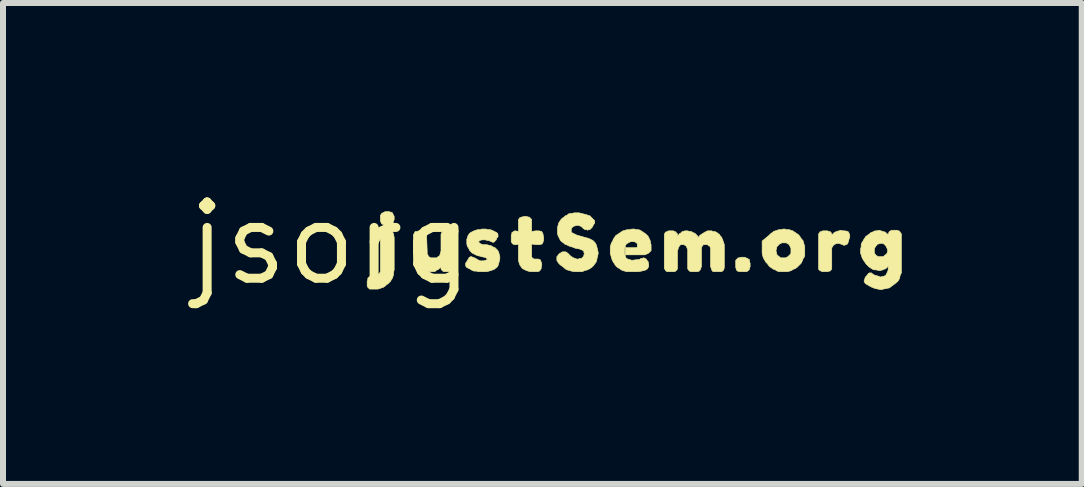
<source format=kicad_pcb>
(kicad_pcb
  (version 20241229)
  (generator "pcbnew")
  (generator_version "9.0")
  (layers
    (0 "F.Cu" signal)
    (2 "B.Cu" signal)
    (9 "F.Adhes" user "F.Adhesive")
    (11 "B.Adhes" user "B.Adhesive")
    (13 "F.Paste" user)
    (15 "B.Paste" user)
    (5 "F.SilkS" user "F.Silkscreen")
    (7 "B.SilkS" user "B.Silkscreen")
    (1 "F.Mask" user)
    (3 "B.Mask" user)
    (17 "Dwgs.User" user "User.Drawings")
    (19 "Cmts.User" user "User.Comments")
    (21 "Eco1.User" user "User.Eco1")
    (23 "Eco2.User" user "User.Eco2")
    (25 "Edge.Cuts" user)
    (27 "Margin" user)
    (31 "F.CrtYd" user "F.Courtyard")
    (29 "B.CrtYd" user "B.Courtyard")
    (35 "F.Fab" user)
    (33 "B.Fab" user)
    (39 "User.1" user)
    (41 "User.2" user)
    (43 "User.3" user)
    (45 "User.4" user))
  (footprint "jsorg"
    (layer "F.Cu")
    (at 2.457 1.006)
    (property "Reference" "jsorg" (at 0 0 0) (layer "F.SilkS") (effects (font (size 1.27 1.27) (thickness 0.15))))
    (attr board_only exclude_from_pos_files exclude_from_bom)
    (fp_poly (pts (xy 0.98 -0.3) (xy 1.01 -0.31) (xy 1.03 -0.32) (xy 1.04 -0.34) (xy 1.05 -0.37) (xy 1.06 -0.4) (xy 1.06 -0.45) (xy 1.05 -0.47) (xy 1.04 -0.49) (xy 1.03 -0.51) (xy 1.02 -0.52) (xy 1 -0.52) (xy 0.98 -0.53) (xy 0.94 -0.53) (xy 0.91 -0.53) (xy 0.89 -0.52) (xy 0.87 -0.51) (xy 0.85 -0.5) (xy 0.84 -0.48) (xy 0.83 -0.47) (xy 0.83 -0.37) (xy 0.84 -0.36) (xy 0.84 -0.35) (xy 0.85 -0.33) (xy 0.86 -0.32) (xy 0.87 -0.32) (xy 0.89 -0.31) (xy 0.92 -0.31) (xy 0.98 -0.3)) (stroke (width 0.01) (type solid)) (fill yes) (layer "F.SilkS"))
    (fp_poly (pts (xy 6.96 0.26) (xy 6.95 0.25) (xy 6.92 0.24) (xy 6.9 0.23) (xy 6.86 0.23) (xy 6.83 0.23) (xy 6.81 0.24) (xy 6.79 0.24) (xy 6.77 0.26) (xy 6.76 0.27) (xy 6.75 0.28) (xy 6.75 0.3) (xy 6.75 0.31) (xy 6.75 0.37) (xy 6.75 0.4) (xy 6.76 0.43) (xy 6.76 0.44) (xy 6.77 0.45) (xy 6.78 0.46) (xy 6.81 0.47) (xy 6.83 0.47) (xy 6.87 0.47) (xy 6.9 0.47) (xy 6.93 0.47) (xy 6.95 0.46) (xy 6.96 0.45) (xy 6.98 0.43) (xy 6.98 0.41) (xy 6.99 0.39) (xy 6.99 0.36) (xy 6.99 0.33) (xy 6.98 0.3) (xy 6.98 0.27) (xy 6.96 0.26)) (stroke (width 0.01) (type solid)) (fill yes) (layer "F.SilkS"))
    (fp_poly (pts (xy 0.9 -0.22) (xy 0.87 -0.2) (xy 0.85 -0.19) (xy 0.84 -0.17) (xy 0.83 -0.14) (xy 0.83 -0.11) (xy 0.83 0.43) (xy 0.83 0.47) (xy 0.82 0.49) (xy 0.81 0.5) (xy 0.8 0.51) (xy 0.79 0.52) (xy 0.77 0.53) (xy 0.74 0.54) (xy 0.73 0.54) (xy 0.69 0.54) (xy 0.66 0.55) (xy 0.65 0.55) (xy 0.64 0.56) (xy 0.63 0.57) (xy 0.62 0.58) (xy 0.62 0.6) (xy 0.61 0.63) (xy 0.61 0.67) (xy 0.61 0.71) (xy 0.62 0.73) (xy 0.63 0.74) (xy 0.65 0.76) (xy 0.66 0.76) (xy 0.74 0.76) (xy 0.77 0.76) (xy 0.79 0.76) (xy 0.82 0.75) (xy 0.85 0.74) (xy 0.88 0.73) (xy 0.91 0.71) (xy 0.93 0.69) (xy 0.96 0.67) (xy 0.98 0.65) (xy 1 0.63) (xy 1.01 0.61) (xy 1.03 0.58) (xy 1.04 0.55) (xy 1.05 0.52) (xy 1.05 0.48) (xy 1.06 0.44) (xy 1.06 -0.1) (xy 1.05 -0.15) (xy 1.05 -0.16) (xy 1.04 -0.18) (xy 1.03 -0.2) (xy 1.01 -0.21) (xy 0.99 -0.21) (xy 0.97 -0.22) (xy 0.9 -0.22)) (stroke (width 0.01) (type solid)) (fill yes) (layer "F.SilkS"))
    (fp_poly (pts (xy 8.62 -0.2) (xy 8.57 -0.21) (xy 8.54 -0.21) (xy 8.5 -0.22) (xy 8.47 -0.21) (xy 8.43 -0.2) (xy 8.39 -0.18) (xy 8.37 -0.16) (xy 8.35 -0.14) (xy 8.35 -0.16) (xy 8.34 -0.18) (xy 8.32 -0.2) (xy 8.3 -0.2) (xy 8.28 -0.21) (xy 8.25 -0.21) (xy 8.2 -0.21) (xy 8.18 -0.2) (xy 8.17 -0.2) (xy 8.15 -0.19) (xy 8.15 -0.18) (xy 8.13 -0.16) (xy 8.13 -0.14) (xy 8.13 0.39) (xy 8.13 0.41) (xy 8.13 0.43) (xy 8.14 0.44) (xy 8.15 0.45) (xy 8.17 0.46) (xy 8.19 0.47) (xy 8.22 0.47) (xy 8.26 0.47) (xy 8.28 0.47) (xy 8.31 0.46) (xy 8.32 0.46) (xy 8.34 0.44) (xy 8.35 0.42) (xy 8.35 0.41) (xy 8.35 0.09) (xy 8.35 0.07) (xy 8.36 0.06) (xy 8.37 0.04) (xy 8.39 0.02) (xy 8.41 0.01) (xy 8.43 0) (xy 8.45 0) (xy 8.48 0) (xy 8.5 0.01) (xy 8.53 0.02) (xy 8.55 0.03) (xy 8.57 0.03) (xy 8.58 0.02) (xy 8.59 0.02) (xy 8.61 0.01) (xy 8.62 -0.01) (xy 8.63 -0.04) (xy 8.64 -0.08) (xy 8.65 -0.11) (xy 8.65 -0.14) (xy 8.64 -0.16) (xy 8.64 -0.17) (xy 8.62 -0.2)) (stroke (width 0.01) (type solid)) (fill yes) (layer "F.SilkS"))
    (fp_poly (pts (xy 3.43 0.02) (xy 3.48 0.02) (xy 3.52 0.01) (xy 3.53 0) (xy 3.54 -0.02) (xy 3.54 -0.03) (xy 3.55 -0.05) (xy 3.55 -0.1) (xy 3.54 -0.15) (xy 3.54 -0.16) (xy 3.53 -0.18) (xy 3.52 -0.19) (xy 3.52 -0.2) (xy 3.47 -0.21) (xy 3.42 -0.21) (xy 3.35 -0.2) (xy 3.35 -0.34) (xy 3.35 -0.38) (xy 3.35 -0.4) (xy 3.34 -0.41) (xy 3.33 -0.42) (xy 3.32 -0.43) (xy 3.31 -0.44) (xy 3.29 -0.44) (xy 3.27 -0.45) (xy 3.25 -0.45) (xy 3.22 -0.45) (xy 3.19 -0.44) (xy 3.18 -0.44) (xy 3.16 -0.43) (xy 3.15 -0.43) (xy 3.15 -0.42) (xy 3.13 -0.4) (xy 3.13 -0.38) (xy 3.13 -0.2) (xy 3.08 -0.21) (xy 3.07 -0.21) (xy 3.05 -0.2) (xy 3.02 -0.18) (xy 3.02 -0.16) (xy 3.01 -0.14) (xy 3.01 -0.09) (xy 3.01 -0.05) (xy 3.01 -0.03) (xy 3.02 -0.01) (xy 3.03 0) (xy 3.04 0.01) (xy 3.06 0.02) (xy 3.07 0.02) (xy 3.1 0.02) (xy 3.13 0.01) (xy 3.13 0.23) (xy 3.13 0.28) (xy 3.14 0.32) (xy 3.15 0.35) (xy 3.16 0.37) (xy 3.17 0.38) (xy 3.18 0.4) (xy 3.2 0.42) (xy 3.22 0.43) (xy 3.24 0.44) (xy 3.26 0.45) (xy 3.29 0.46) (xy 3.33 0.47) (xy 3.38 0.47) (xy 3.42 0.47) (xy 3.45 0.47) (xy 3.48 0.46) (xy 3.49 0.45) (xy 3.5 0.43) (xy 3.51 0.42) (xy 3.51 0.4) (xy 3.52 0.35) (xy 3.51 0.31) (xy 3.5 0.29) (xy 3.5 0.28) (xy 3.49 0.27) (xy 3.46 0.26) (xy 3.43 0.26) (xy 3.39 0.26) (xy 3.38 0.25) (xy 3.37 0.25) (xy 3.36 0.24) (xy 3.35 0.22) (xy 3.35 0.2) (xy 3.35 0.01) (xy 3.43 0.02)) (stroke (width 0.01) (type solid)) (fill yes) (layer "F.SilkS"))
    (fp_poly (pts (xy 1.69 0.47) (xy 1.71 0.47) (xy 1.73 0.47) (xy 1.75 0.46) (xy 1.76 0.45) (xy 1.8 0.43) (xy 1.82 0.41) (xy 1.83 0.4) (xy 1.84 0.39) (xy 1.84 0.42) (xy 1.84 0.43) (xy 1.85 0.44) (xy 1.86 0.45) (xy 1.87 0.46) (xy 1.89 0.47) (xy 1.92 0.47) (xy 1.94 0.47) (xy 1.97 0.47) (xy 2 0.47) (xy 2.02 0.47) (xy 2.03 0.46) (xy 2.04 0.45) (xy 2.05 0.44) (xy 2.06 0.4) (xy 2.07 0.37) (xy 2.07 -0.11) (xy 2.06 -0.14) (xy 2.05 -0.18) (xy 2.04 -0.19) (xy 2.03 -0.2) (xy 2.01 -0.2) (xy 1.98 -0.21) (xy 1.95 -0.21) (xy 1.92 -0.21) (xy 1.9 -0.2) (xy 1.88 -0.2) (xy 1.86 -0.19) (xy 1.85 -0.18) (xy 1.84 -0.15) (xy 1.84 -0.12) (xy 1.84 0.13) (xy 1.83 0.15) (xy 1.83 0.17) (xy 1.82 0.19) (xy 1.82 0.2) (xy 1.81 0.21) (xy 1.79 0.22) (xy 1.78 0.23) (xy 1.77 0.24) (xy 1.75 0.24) (xy 1.73 0.24) (xy 1.71 0.24) (xy 1.69 0.24) (xy 1.67 0.24) (xy 1.65 0.23) (xy 1.64 0.22) (xy 1.63 0.21) (xy 1.62 0.19) (xy 1.61 0.17) (xy 1.61 0.15) (xy 1.61 0.13) (xy 1.6 -0.13) (xy 1.6 -0.16) (xy 1.59 -0.17) (xy 1.59 -0.18) (xy 1.58 -0.19) (xy 1.57 -0.2) (xy 1.54 -0.21) (xy 1.51 -0.21) (xy 1.47 -0.21) (xy 1.44 -0.2) (xy 1.41 -0.2) (xy 1.4 -0.18) (xy 1.39 -0.16) (xy 1.38 -0.15) (xy 1.38 -0.14) (xy 1.38 0.16) (xy 1.39 0.19) (xy 1.39 0.23) (xy 1.4 0.26) (xy 1.42 0.29) (xy 1.44 0.33) (xy 1.47 0.37) (xy 1.5 0.4) (xy 1.53 0.43) (xy 1.56 0.45) (xy 1.6 0.46) (xy 1.64 0.47) (xy 1.69 0.47)) (stroke (width 0.01) (type solid)) (fill yes) (layer "F.SilkS"))
    (fp_poly (pts (xy 7.19 -0.04) (xy 7.19 0.12) (xy 7.19 0.16) (xy 7.2 0.21) (xy 7.22 0.26) (xy 7.24 0.29) (xy 7.25 0.31) (xy 7.28 0.34) (xy 7.3 0.37) (xy 7.32 0.39) (xy 7.35 0.41) (xy 7.38 0.43) (xy 7.41 0.44) (xy 7.5 0.24) (xy 7.45 0.2) (xy 7.44 0.19) (xy 7.43 0.17) (xy 7.43 0.15) (xy 7.42 0.12) (xy 7.43 0.09) (xy 7.43 0.07) (xy 7.44 0.05) (xy 7.46 0.03) (xy 7.48 0.01) (xy 7.5 0) (xy 7.52 -0.01) (xy 7.54 -0.01) (xy 7.57 -0.01) (xy 7.59 -0.01) (xy 7.61 0) (xy 7.64 0.02) (xy 7.65 0.04) (xy 7.66 0.06) (xy 7.67 0.08) (xy 7.67 0.11) (xy 7.67 0.14) (xy 7.67 0.16) (xy 7.66 0.18) (xy 7.64 0.2) (xy 7.62 0.22) (xy 7.6 0.23) (xy 7.58 0.24) (xy 7.56 0.24) (xy 7.5 0.24) (xy 7.41 0.44) (xy 7.44 0.46) (xy 7.48 0.47) (xy 7.51 0.47) (xy 7.54 0.47) (xy 7.58 0.47) (xy 7.61 0.47) (xy 7.65 0.46) (xy 7.68 0.45) (xy 7.71 0.43) (xy 7.74 0.42) (xy 7.77 0.4) (xy 7.79 0.38) (xy 7.82 0.35) (xy 7.84 0.33) (xy 7.86 0.29) (xy 7.87 0.26) (xy 7.89 0.23) (xy 7.9 0.2) (xy 7.9 0.16) (xy 7.9 0.13) (xy 7.9 0.09) (xy 7.9 0.05) (xy 7.89 0.02) (xy 7.88 -0.02) (xy 7.87 -0.05) (xy 7.85 -0.07) (xy 7.83 -0.1) (xy 7.81 -0.13) (xy 7.79 -0.15) (xy 7.76 -0.17) (xy 7.73 -0.19) (xy 7.7 -0.21) (xy 7.67 -0.22) (xy 7.64 -0.23) (xy 7.6 -0.23) (xy 7.57 -0.24) (xy 7.54 -0.24) (xy 7.5 -0.23) (xy 7.47 -0.23) (xy 7.44 -0.22) (xy 7.41 -0.21) (xy 7.38 -0.2) (xy 7.36 -0.18) (xy 7.34 -0.17) (xy 7.31 -0.14) (xy 7.19 -0.04)) (stroke (width 0.01) (type solid)) (fill yes) (layer "F.SilkS"))
    (fp_poly (pts (xy 5.34 0.12) (xy 5.34 0.02) (xy 5.33 -0.01) (xy 5.33 -0.03) (xy 5.32 -0.06) (xy 5.3 -0.1) (xy 5.29 -0.12) (xy 5.27 -0.14) (xy 5.25 -0.16) (xy 5.22 -0.18) (xy 5.19 -0.2) (xy 5.16 -0.22) (xy 5.13 -0.23) (xy 5.1 -0.23) (xy 5.06 -0.24) (xy 5.02 -0.24) (xy 4.98 -0.23) (xy 4.94 -0.23) (xy 4.91 -0.22) (xy 4.87 -0.21) (xy 4.84 -0.19) (xy 4.81 -0.17) (xy 4.78 -0.15) (xy 4.75 -0.13) (xy 4.73 -0.1) (xy 4.71 -0.07) (xy 4.7 -0.04) (xy 4.68 -0.01) (xy 4.67 0.02) (xy 4.66 0.06) (xy 4.66 0.09) (xy 4.66 0.13) (xy 4.66 0.17) (xy 4.67 0.2) (xy 4.68 0.24) (xy 4.69 0.27) (xy 4.71 0.31) (xy 4.73 0.34) (xy 4.75 0.37) (xy 4.78 0.4) (xy 4.8 0.41) (xy 4.83 0.43) (xy 4.86 0.45) (xy 4.9 0.46) (xy 4.93 0.47) (xy 4.97 0.47) (xy 5.01 0.47) (xy 5.06 0.47) (xy 5.13 0.47) (xy 5.18 0.46) (xy 5.23 0.45) (xy 5.25 0.44) (xy 5.27 0.43) (xy 5.28 0.42) (xy 5.29 0.4) (xy 5.3 0.39) (xy 5.3 0.38) (xy 5.3 0.36) (xy 5.3 0.35) (xy 5.29 0.3) (xy 5.27 0.28) (xy 5.26 0.26) (xy 5.24 0.25) (xy 5.22 0.24) (xy 5.21 0.24) (xy 5.19 0.25) (xy 5.17 0.25) (xy 5.14 0.27) (xy 5.1 0.27) (xy 5.03 0.28) (xy 5.01 0.28) (xy 4.99 0.27) (xy 4.95 0.26) (xy 4.92 0.24) (xy 4.92 0.23) (xy 4.91 0.22) (xy 4.91 0.2) (xy 4.9 0.19) (xy 4.9 0.07) (xy 4.91 0.06) (xy 4.91 0.04) (xy 4.92 0.02) (xy 4.94 0) (xy 4.96 -0.01) (xy 4.98 -0.02) (xy 5 -0.03) (xy 5.03 -0.03) (xy 5.06 -0.03) (xy 5.08 -0.02) (xy 5.1 -0.01) (xy 5.11 0.01) (xy 5.11 0.02) (xy 5.11 0.04) (xy 5.11 0.05) (xy 5.11 0.06) (xy 5.1 0.07) (xy 5.09 0.07) (xy 5.08 0.07) (xy 5.07 0.07) (xy 4.91 0.07) (xy 4.91 0.19) (xy 5.21 0.19) (xy 5.23 0.19) (xy 5.26 0.18) (xy 5.28 0.17) (xy 5.3 0.16) (xy 5.34 0.12)) (stroke (width 0.01) (type solid)) (fill yes) (layer "F.SilkS"))
    (fp_poly (pts (xy 2.27 0.4) (xy 2.33 0.43) (xy 2.36 0.45) (xy 2.39 0.46) (xy 2.43 0.46) (xy 2.46 0.47) (xy 2.49 0.47) (xy 2.52 0.47) (xy 2.56 0.47) (xy 2.6 0.47) (xy 2.64 0.46) (xy 2.68 0.45) (xy 2.7 0.44) (xy 2.73 0.43) (xy 2.75 0.41) (xy 2.77 0.4) (xy 2.79 0.37) (xy 2.8 0.34) (xy 2.81 0.3) (xy 2.82 0.26) (xy 2.82 0.22) (xy 2.81 0.18) (xy 2.8 0.14) (xy 2.78 0.11) (xy 2.77 0.1) (xy 2.75 0.08) (xy 2.74 0.07) (xy 2.71 0.06) (xy 2.68 0.04) (xy 2.64 0.03) (xy 2.6 0.02) (xy 2.54 0.02) (xy 2.51 0.01) (xy 2.49 0) (xy 2.48 -0.01) (xy 2.47 -0.02) (xy 2.47 -0.03) (xy 2.47 -0.04) (xy 2.48 -0.04) (xy 2.48 -0.05) (xy 2.49 -0.05) (xy 2.52 -0.06) (xy 2.56 -0.06) (xy 2.58 -0.06) (xy 2.61 -0.05) (xy 2.63 -0.05) (xy 2.68 -0.03) (xy 2.7 -0.02) (xy 2.71 -0.02) (xy 2.72 -0.02) (xy 2.74 -0.04) (xy 2.76 -0.06) (xy 2.77 -0.09) (xy 2.79 -0.11) (xy 2.79 -0.13) (xy 2.79 -0.15) (xy 2.78 -0.17) (xy 2.77 -0.18) (xy 2.75 -0.19) (xy 2.73 -0.2) (xy 2.69 -0.22) (xy 2.66 -0.23) (xy 2.62 -0.23) (xy 2.59 -0.24) (xy 2.52 -0.24) (xy 2.49 -0.23) (xy 2.45 -0.23) (xy 2.42 -0.22) (xy 2.39 -0.21) (xy 2.37 -0.2) (xy 2.35 -0.19) (xy 2.33 -0.18) (xy 2.31 -0.16) (xy 2.29 -0.13) (xy 2.28 -0.1) (xy 2.27 -0.07) (xy 2.27 -0.03) (xy 2.27 0.01) (xy 2.28 0.05) (xy 2.3 0.08) (xy 2.32 0.12) (xy 2.34 0.14) (xy 2.36 0.16) (xy 2.4 0.18) (xy 2.44 0.2) (xy 2.48 0.21) (xy 2.52 0.22) (xy 2.56 0.23) (xy 2.58 0.23) (xy 2.59 0.24) (xy 2.6 0.25) (xy 2.61 0.25) (xy 2.61 0.26) (xy 2.61 0.27) (xy 2.6 0.27) (xy 2.59 0.28) (xy 2.58 0.28) (xy 2.55 0.29) (xy 2.51 0.29) (xy 2.49 0.29) (xy 2.47 0.28) (xy 2.4 0.24) (xy 2.37 0.23) (xy 2.35 0.22) (xy 2.33 0.22) (xy 2.32 0.23) (xy 2.31 0.23) (xy 2.3 0.25) (xy 2.27 0.3) (xy 2.25 0.33) (xy 2.25 0.35) (xy 2.25 0.37) (xy 2.26 0.39) (xy 2.27 0.4)) (stroke (width 0.01) (type solid)) (fill yes) (layer "F.SilkS"))
    (fp_poly (pts (xy 3.8 0.33) (xy 3.81 0.34) (xy 3.83 0.36) (xy 3.86 0.38) (xy 3.92 0.43) (xy 3.94 0.44) (xy 3.98 0.45) (xy 4.01 0.46) (xy 4.06 0.47) (xy 4.1 0.47) (xy 4.15 0.47) (xy 4.19 0.47) (xy 4.24 0.45) (xy 4.28 0.44) (xy 4.32 0.42) (xy 4.36 0.39) (xy 4.38 0.37) (xy 4.41 0.33) (xy 4.43 0.3) (xy 4.44 0.25) (xy 4.45 0.21) (xy 4.46 0.16) (xy 4.45 0.11) (xy 4.44 0.07) (xy 4.43 0.03) (xy 4.41 -0.01) (xy 4.39 -0.03) (xy 4.37 -0.05) (xy 4.35 -0.06) (xy 4.31 -0.08) (xy 4.28 -0.09) (xy 4.24 -0.1) (xy 4.1 -0.14) (xy 4.06 -0.16) (xy 4.04 -0.17) (xy 4.02 -0.18) (xy 4.01 -0.19) (xy 4.01 -0.21) (xy 4.01 -0.23) (xy 4.01 -0.24) (xy 4.02 -0.26) (xy 4.03 -0.27) (xy 4.04 -0.28) (xy 4.06 -0.29) (xy 4.07 -0.29) (xy 4.09 -0.3) (xy 4.13 -0.3) (xy 4.16 -0.29) (xy 4.18 -0.28) (xy 4.21 -0.25) (xy 4.24 -0.23) (xy 4.27 -0.23) (xy 4.28 -0.22) (xy 4.3 -0.23) (xy 4.32 -0.23) (xy 4.33 -0.24) (xy 4.36 -0.27) (xy 4.38 -0.31) (xy 4.4 -0.34) (xy 4.4 -0.35) (xy 4.4 -0.36) (xy 4.4 -0.38) (xy 4.38 -0.4) (xy 4.36 -0.42) (xy 4.32 -0.46) (xy 4.29 -0.47) (xy 4.26 -0.48) (xy 4.22 -0.49) (xy 4.18 -0.5) (xy 4.14 -0.51) (xy 4.1 -0.51) (xy 4.06 -0.51) (xy 4.02 -0.5) (xy 3.99 -0.5) (xy 3.96 -0.49) (xy 3.94 -0.47) (xy 3.91 -0.46) (xy 3.89 -0.44) (xy 3.86 -0.42) (xy 3.84 -0.4) (xy 3.82 -0.37) (xy 3.8 -0.34) (xy 3.79 -0.3) (xy 3.78 -0.26) (xy 3.78 -0.21) (xy 3.78 -0.17) (xy 3.79 -0.13) (xy 3.81 -0.09) (xy 3.83 -0.05) (xy 3.85 -0.03) (xy 3.88 -0.01) (xy 3.9 0.01) (xy 3.95 0.03) (xy 3.99 0.05) (xy 4.03 0.06) (xy 4.08 0.08) (xy 4.14 0.09) (xy 4.17 0.1) (xy 4.19 0.11) (xy 4.21 0.12) (xy 4.22 0.13) (xy 4.22 0.15) (xy 4.23 0.17) (xy 4.22 0.19) (xy 4.22 0.21) (xy 4.21 0.22) (xy 4.19 0.24) (xy 4.18 0.25) (xy 4.15 0.25) (xy 4.13 0.26) (xy 4.1 0.26) (xy 4.08 0.25) (xy 4.07 0.25) (xy 4.03 0.23) (xy 4 0.21) (xy 3.95 0.16) (xy 3.92 0.14) (xy 3.91 0.14) (xy 3.89 0.14) (xy 3.87 0.14) (xy 3.86 0.14) (xy 3.83 0.16) (xy 3.81 0.17) (xy 3.78 0.21) (xy 3.77 0.22) (xy 3.77 0.24) (xy 3.77 0.25) (xy 3.77 0.28) (xy 3.78 0.3) (xy 3.8 0.33)) (stroke (width 0.01) (type solid)) (fill yes) (layer "F.SilkS"))
    (fp_poly (pts (xy 5.78 -0.12) (xy 5.78 -0.14) (xy 5.78 -0.16) (xy 5.77 -0.17) (xy 5.76 -0.18) (xy 5.75 -0.19) (xy 5.74 -0.2) (xy 5.73 -0.2) (xy 5.71 -0.21) (xy 5.68 -0.21) (xy 5.65 -0.21) (xy 5.63 -0.21) (xy 5.61 -0.2) (xy 5.59 -0.19) (xy 5.58 -0.19) (xy 5.57 -0.17) (xy 5.56 -0.15) (xy 5.56 -0.14) (xy 5.56 0.41) (xy 5.56 0.42) (xy 5.57 0.43) (xy 5.58 0.45) (xy 5.59 0.46) (xy 5.61 0.47) (xy 5.63 0.47) (xy 5.66 0.47) (xy 5.7 0.47) (xy 5.73 0.47) (xy 5.75 0.46) (xy 5.76 0.45) (xy 5.77 0.44) (xy 5.78 0.42) (xy 5.78 0.41) (xy 5.78 0.13) (xy 5.79 0.09) (xy 5.8 0.06) (xy 5.81 0.05) (xy 5.81 0.04) (xy 5.82 0.03) (xy 5.84 0.02) (xy 5.86 0.02) (xy 5.89 0.02) (xy 5.9 0.03) (xy 5.91 0.03) (xy 5.92 0.04) (xy 5.93 0.05) (xy 5.94 0.08) (xy 5.95 0.1) (xy 5.95 0.12) (xy 5.95 0.41) (xy 5.95 0.42) (xy 5.96 0.44) (xy 5.97 0.45) (xy 5.98 0.46) (xy 6 0.47) (xy 6.02 0.47) (xy 6.06 0.47) (xy 6.09 0.47) (xy 6.12 0.47) (xy 6.14 0.46) (xy 6.15 0.45) (xy 6.16 0.44) (xy 6.17 0.41) (xy 6.18 0.38) (xy 6.18 0.13) (xy 6.18 0.1) (xy 6.18 0.07) (xy 6.19 0.05) (xy 6.2 0.03) (xy 6.22 0.02) (xy 6.25 0.02) (xy 6.28 0.02) (xy 6.29 0.03) (xy 6.3 0.04) (xy 6.31 0.04) (xy 6.32 0.05) (xy 6.33 0.08) (xy 6.33 0.12) (xy 6.33 0.38) (xy 6.34 0.41) (xy 6.35 0.44) (xy 6.36 0.46) (xy 6.38 0.47) (xy 6.41 0.47) (xy 6.45 0.47) (xy 6.48 0.47) (xy 6.51 0.47) (xy 6.53 0.46) (xy 6.55 0.44) (xy 6.56 0.4) (xy 6.56 0.37) (xy 6.56 0.11) (xy 6.56 0.07) (xy 6.56 0.02) (xy 6.55 -0.01) (xy 6.54 -0.04) (xy 6.53 -0.07) (xy 6.52 -0.09) (xy 6.51 -0.11) (xy 6.49 -0.13) (xy 6.48 -0.15) (xy 6.45 -0.17) (xy 6.44 -0.18) (xy 6.42 -0.19) (xy 6.4 -0.2) (xy 6.37 -0.2) (xy 6.35 -0.21) (xy 6.33 -0.21) (xy 6.3 -0.21) (xy 6.28 -0.21) (xy 6.26 -0.2) (xy 6.24 -0.19) (xy 6.19 -0.16) (xy 6.16 -0.14) (xy 6.14 -0.12) (xy 6.13 -0.1) (xy 6.11 -0.13) (xy 6.09 -0.15) (xy 6.07 -0.17) (xy 6.04 -0.18) (xy 6.01 -0.2) (xy 5.98 -0.2) (xy 5.95 -0.21) (xy 5.92 -0.21) (xy 5.9 -0.21) (xy 5.88 -0.2) (xy 5.86 -0.2) (xy 5.85 -0.19) (xy 5.83 -0.17) (xy 5.81 -0.16) (xy 5.78 -0.12)) (stroke (width 0.01) (type solid)) (fill yes) (layer "F.SilkS"))
    (fp_poly (pts (xy 9.29 0.38) (xy 9.29 0.44) (xy 9.28 0.47) (xy 9.27 0.49) (xy 9.26 0.51) (xy 9.25 0.53) (xy 9.23 0.54) (xy 9.21 0.55) (xy 9.19 0.55) (xy 9.16 0.56) (xy 9.14 0.55) (xy 9.11 0.54) (xy 9.07 0.53) (xy 9.05 0.52) (xy 9.02 0.5) (xy 9.01 0.49) (xy 9 0.49) (xy 8.98 0.49) (xy 8.96 0.5) (xy 8.93 0.54) (xy 8.91 0.56) (xy 8.9 0.59) (xy 8.89 0.62) (xy 8.89 0.64) (xy 8.9 0.65) (xy 8.91 0.67) (xy 8.93 0.68) (xy 8.98 0.71) (xy 9.02 0.73) (xy 9.07 0.75) (xy 9.12 0.76) (xy 9.17 0.77) (xy 9.21 0.76) (xy 9.26 0.75) (xy 9.31 0.74) (xy 9.35 0.71) (xy 9.39 0.68) (xy 9.43 0.65) (xy 9.46 0.62) (xy 9.48 0.58) (xy 9.49 0.53) (xy 9.51 0.49) (xy 9.51 0.43) (xy 9.51 -0.12) (xy 9.51 -0.16) (xy 9.5 -0.17) (xy 9.49 -0.19) (xy 9.48 -0.2) (xy 9.47 -0.21) (xy 9.46 -0.21) (xy 9.44 -0.22) (xy 9.42 -0.22) (xy 9.4 -0.22) (xy 9.37 -0.22) (xy 9.35 -0.22) (xy 9.33 -0.21) (xy 9.31 -0.2) (xy 9.3 -0.18) (xy 9.29 -0.15) (xy 9.22 0.01) (xy 9.23 0.02) (xy 9.25 0.04) (xy 9.26 0.06) (xy 9.27 0.08) (xy 9.28 0.1) (xy 9.28 0.12) (xy 9.28 0.14) (xy 9.27 0.16) (xy 9.26 0.18) (xy 9.24 0.19) (xy 9.22 0.21) (xy 9.2 0.22) (xy 9.18 0.22) (xy 9.16 0.22) (xy 9.14 0.22) (xy 9.12 0.22) (xy 9.11 0.21) (xy 9.09 0.2) (xy 9.06 0.16) (xy 9.06 0.1) (xy 9.06 0.08) (xy 9.07 0.07) (xy 9.08 0.05) (xy 9.1 0.03) (xy 9.11 0.01) (xy 9.13 0.01) (xy 9.15 0) (xy 9.18 0) (xy 9.2 0) (xy 9.22 0.01) (xy 9.29 -0.15) (xy 9.26 -0.17) (xy 9.24 -0.19) (xy 9.2 -0.2) (xy 9.17 -0.21) (xy 9.14 -0.22) (xy 9.1 -0.21) (xy 9.07 -0.21) (xy 9.03 -0.19) (xy 9 -0.18) (xy 8.98 -0.16) (xy 8.95 -0.14) (xy 8.92 -0.12) (xy 8.9 -0.09) (xy 8.88 -0.06) (xy 8.87 -0.04) (xy 8.85 -0.01) (xy 8.84 0.02) (xy 8.84 0.06) (xy 8.83 0.09) (xy 8.83 0.12) (xy 8.83 0.16) (xy 8.84 0.19) (xy 8.85 0.22) (xy 8.86 0.25) (xy 8.88 0.28) (xy 8.9 0.31) (xy 8.92 0.34) (xy 8.95 0.37) (xy 8.97 0.39) (xy 9 0.41) (xy 9.03 0.43) (xy 9.06 0.44) (xy 9.09 0.44) (xy 9.13 0.45) (xy 9.16 0.45) (xy 9.2 0.44) (xy 9.22 0.43) (xy 9.25 0.42) (xy 9.27 0.4) (xy 9.29 0.38)) (stroke (width 0.01) (type solid)) (fill yes) (layer "F.SilkS")))
  (gr_rect
    (start -3 -3)
    (end 14.972 5.012)
    (stroke (width 0.1) (type default))
    (fill no)
    (layer "Edge.Cuts")))
</source>
